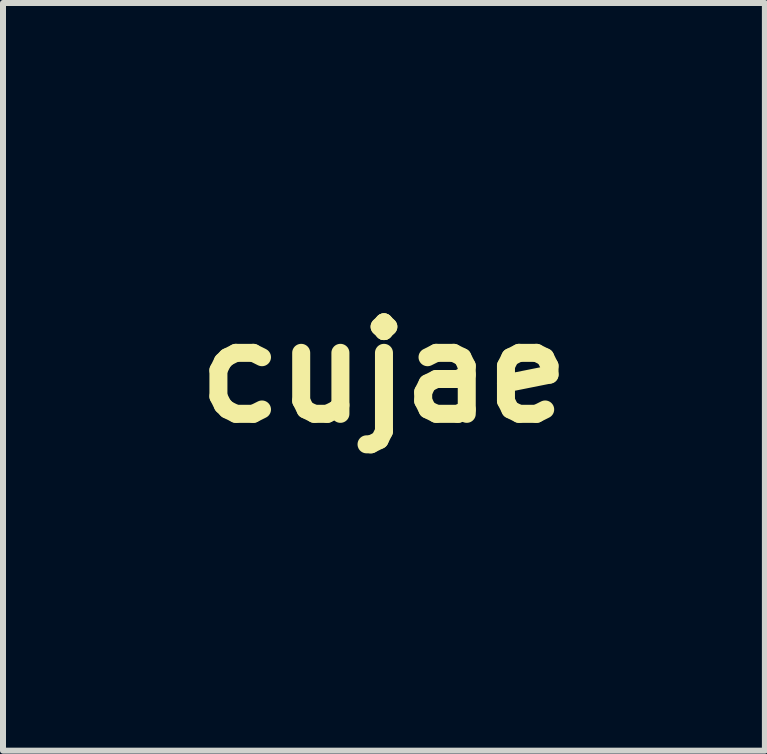
<source format=kicad_pcb>
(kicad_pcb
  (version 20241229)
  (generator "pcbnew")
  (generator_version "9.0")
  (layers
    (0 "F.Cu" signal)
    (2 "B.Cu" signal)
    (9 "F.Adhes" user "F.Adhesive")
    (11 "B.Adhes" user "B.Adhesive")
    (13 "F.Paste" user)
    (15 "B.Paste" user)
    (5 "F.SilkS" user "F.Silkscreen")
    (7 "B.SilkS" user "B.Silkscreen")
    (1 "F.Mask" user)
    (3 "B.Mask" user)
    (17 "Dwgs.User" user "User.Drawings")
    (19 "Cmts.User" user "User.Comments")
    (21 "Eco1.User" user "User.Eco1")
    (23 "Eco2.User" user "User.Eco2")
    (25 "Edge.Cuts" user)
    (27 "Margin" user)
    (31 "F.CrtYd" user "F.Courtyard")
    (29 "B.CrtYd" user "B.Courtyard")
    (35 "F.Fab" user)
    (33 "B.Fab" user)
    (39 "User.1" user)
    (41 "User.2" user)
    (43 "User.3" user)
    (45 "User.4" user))
  (footprint "cujae"
    (layer "F.Cu")
    (at 3.346 3.154)
    (property "Reference" "cujae" (at 0 0 0) (layer "F.SilkS") (effects (font (size 1.524 1.524) (thickness 0.3))))
    (attr through_hole)
    (fp_poly (pts (xy 1.904 -2.087) (xy 1.726 -1.97) (xy 1.453 -1.804) (xy 1.11 -1.604) (xy 0.725 -1.385) (xy 0.324 -1.162) (xy -0.065 -0.95) (xy -0.416 -0.764) (xy -0.702 -0.619) (xy -0.896 -0.529) (xy -0.964 -0.508) (xy -1.041 -0.566) (xy -1.045 -0.572) (xy -0.989 -0.632) (xy -0.808 -0.751) (xy -0.529 -0.916) (xy -0.179 -1.111) (xy 0.215 -1.322) (xy 0.624 -1.536) (xy 1.023 -1.737) (xy 1.383 -1.912) (xy 1.677 -2.047) (xy 1.879 -2.127) (xy 1.959 -2.139) (xy 1.904 -2.087)) (stroke (width 0.01) (type solid)) (fill no) (layer "Eco2.User"))
    (fp_poly (pts (xy 3.149 -0.817) (xy 3.076 -0.727) (xy 2.855 -0.574) (xy 2.484 -0.358) (xy 1.968 -0.08) (xy 1.533 0.151) (xy 1.12 0.371) (xy 0.768 0.561) (xy 0.513 0.701) (xy 0.445 0.74) (xy 0.221 0.856) (xy 0.109 0.877) (xy 0.085 0.827) (xy 0.155 0.762) (xy 0.348 0.634) (xy 0.636 0.457) (xy 0.993 0.248) (xy 1.389 0.022) (xy 1.799 -0.206) (xy 2.194 -0.421) (xy 2.548 -0.607) (xy 2.832 -0.749) (xy 3.02 -0.832) (xy 3.076 -0.847) (xy 3.149 -0.817)) (stroke (width 0.01) (type solid)) (fill no) (layer "Eco2.User"))
    (fp_poly (pts (xy 2.962 -1.633) (xy 2.962 -1.63) (xy 2.891 -1.579) (xy 2.697 -1.464) (xy 2.407 -1.3) (xy 2.048 -1.102) (xy 1.648 -0.883) (xy 1.232 -0.659) (xy 0.828 -0.445) (xy 0.464 -0.255) (xy 0.166 -0.103) (xy -0.013 -0.017) (xy -0.102 -0.049) (xy -0.116 -0.067) (xy -0.066 -0.135) (xy 0.107 -0.258) (xy 0.373 -0.419) (xy 0.617 -0.552) (xy 1.045 -0.778) (xy 1.51 -1.027) (xy 1.934 -1.256) (xy 2.063 -1.327) (xy 2.471 -1.54) (xy 2.75 -1.66) (xy 2.91 -1.69) (xy 2.962 -1.633)) (stroke (width 0.01) (type solid)) (fill no) (layer "Eco2.User"))
    (fp_poly (pts (xy 3.133 -0.321) (xy 3.062 -0.257) (xy 2.869 -0.129) (xy 2.581 0.047) (xy 2.226 0.256) (xy 1.83 0.482) (xy 1.42 0.71) (xy 1.025 0.926) (xy 0.672 1.113) (xy 0.388 1.255) (xy 0.2 1.339) (xy 0.144 1.355) (xy 0.086 1.29) (xy 0.085 1.276) (xy 0.156 1.211) (xy 0.351 1.085) (xy 0.643 0.914) (xy 1.007 0.714) (xy 1.164 0.63) (xy 1.597 0.402) (xy 2.017 0.178) (xy 2.383 -0.019) (xy 2.65 -0.165) (xy 2.688 -0.187) (xy 2.957 -0.323) (xy 3.101 -0.359) (xy 3.133 -0.321)) (stroke (width 0.01) (type solid)) (fill no) (layer "Eco2.User"))
    (fp_poly (pts (xy 3.129 -1.323) (xy 3.133 -1.288) (xy 3.133 -1.284) (xy 3.063 -1.209) (xy 2.875 -1.079) (xy 2.604 -0.916) (xy 2.434 -0.822) (xy 1.776 -0.468) (xy 1.253 -0.187) (xy 0.848 0.026) (xy 0.547 0.18) (xy 0.335 0.281) (xy 0.198 0.337) (xy 0.121 0.356) (xy 0.089 0.343) (xy 0.086 0.325) (xy 0.157 0.252) (xy 0.357 0.116) (xy 0.661 -0.069) (xy 1.047 -0.289) (xy 1.49 -0.531) (xy 1.528 -0.55) (xy 2.056 -0.83) (xy 2.454 -1.039) (xy 2.739 -1.185) (xy 2.931 -1.279) (xy 3.047 -1.327) (xy 3.107 -1.339) (xy 3.129 -1.323)) (stroke (width 0.01) (type solid)) (fill no) (layer "Eco2.User"))
    (fp_poly (pts (xy 2.438 -1.924) (xy 2.455 -1.886) (xy 2.455 -1.874) (xy 2.385 -1.82) (xy 2.191 -1.702) (xy 1.903 -1.536) (xy 1.546 -1.337) (xy 1.149 -1.119) (xy 0.74 -0.898) (xy 0.344 -0.688) (xy -0.009 -0.504) (xy -0.292 -0.361) (xy -0.479 -0.274) (xy -0.537 -0.254) (xy -0.618 -0.314) (xy -0.635 -0.339) (xy -0.641 -0.417) (xy -0.619 -0.424) (xy -0.526 -0.462) (xy -0.308 -0.568) (xy 0.01 -0.729) (xy 0.405 -0.934) (xy 0.851 -1.17) (xy 0.881 -1.186) (xy 1.405 -1.464) (xy 1.799 -1.669) (xy 2.081 -1.81) (xy 2.269 -1.894) (xy 2.382 -1.929) (xy 2.438 -1.924)) (stroke (width 0.01) (type solid)) (fill no) (layer "Eco2.User"))
    (fp_poly (pts (xy 0.803 -2.781) (xy 1.112 -2.618) (xy 1.355 -2.483) (xy 1.499 -2.392) (xy 1.524 -2.368) (xy 1.453 -2.317) (xy 1.254 -2.199) (xy 0.951 -2.027) (xy 0.566 -1.816) (xy 0.121 -1.576) (xy 0.042 -1.534) (xy -1.439 -0.744) (xy -1.438 0.073) (xy -1.438 0.889) (xy -0.675 1.297) (xy 0.087 1.705) (xy 1.165 1.138) (xy 1.598 0.909) (xy 2.018 0.685) (xy 2.384 0.488) (xy 2.651 0.342) (xy 2.688 0.321) (xy 3.133 0.072) (xy 3.133 1.674) (xy 1.61 2.488) (xy 1.15 2.733) (xy 0.743 2.948) (xy 0.413 3.121) (xy 0.181 3.24) (xy 0.071 3.294) (xy 0.065 3.295) (xy -0.013 3.255) (xy -0.218 3.147) (xy -0.526 2.982) (xy -0.915 2.774) (xy -1.362 2.534) (xy -1.462 2.48) (xy -2.967 1.671) (xy -2.944 0.059) (xy -2.921 -1.553) (xy -1.419 -2.351) (xy 0.082 -3.149) (xy 0.803 -2.781)) (stroke (width 0.01) (type solid)) (fill no) (layer "Eco2.User")))
  (gr_rect
    (start -3 -3)
    (end 9.691 9.454)
    (stroke (width 0.1) (type default))
    (fill no)
    (layer "Edge.Cuts")))
</source>
